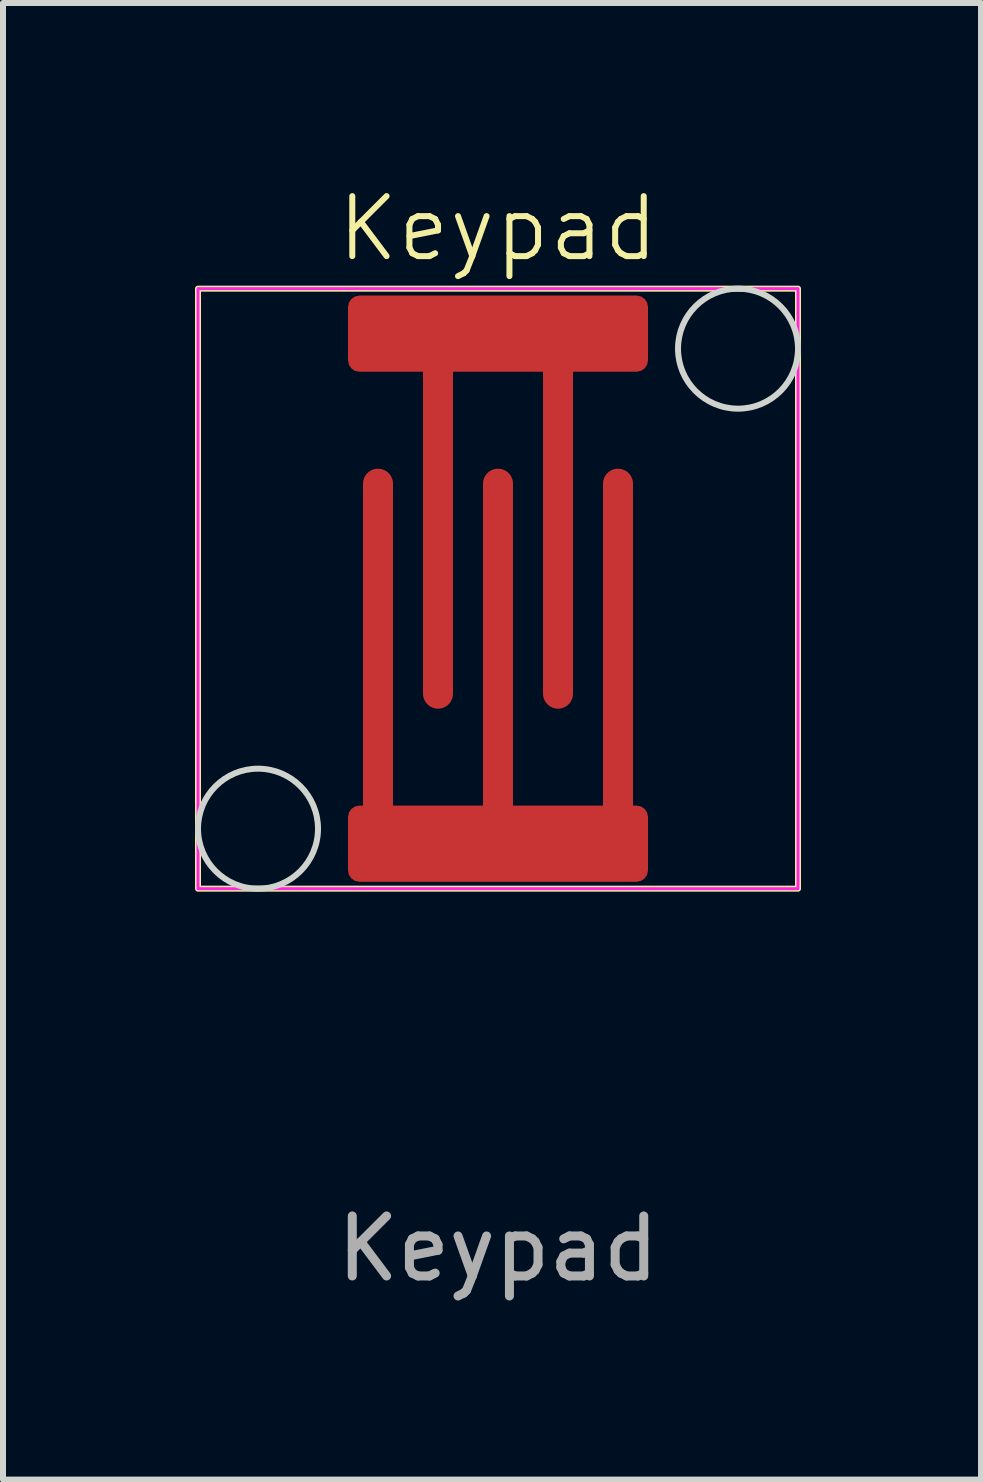
<source format=kicad_pcb>
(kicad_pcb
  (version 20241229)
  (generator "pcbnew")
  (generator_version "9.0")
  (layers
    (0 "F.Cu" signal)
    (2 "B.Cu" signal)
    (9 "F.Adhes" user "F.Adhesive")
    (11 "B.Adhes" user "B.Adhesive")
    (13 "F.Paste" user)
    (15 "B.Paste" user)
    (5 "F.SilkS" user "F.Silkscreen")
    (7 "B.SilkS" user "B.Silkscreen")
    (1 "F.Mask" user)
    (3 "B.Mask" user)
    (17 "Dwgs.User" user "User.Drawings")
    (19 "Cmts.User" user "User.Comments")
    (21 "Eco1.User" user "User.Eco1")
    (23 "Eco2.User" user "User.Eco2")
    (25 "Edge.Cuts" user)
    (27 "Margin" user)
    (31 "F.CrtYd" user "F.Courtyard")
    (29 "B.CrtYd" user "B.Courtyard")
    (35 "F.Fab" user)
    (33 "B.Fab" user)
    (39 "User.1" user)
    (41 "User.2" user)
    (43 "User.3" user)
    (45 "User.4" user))
  (footprint "Keypad"
    (layer "F.Cu")
    (at 0.25 11.761)
    (property "Reference" "Keypad" (at 5 -11 0) (unlocked yes) (layer "F.SilkS") (effects (font (size 1 1) (thickness 0.1))))
    (attr smd)
    (fp_line (start 3 -0.75) (end 3 -6.75) (stroke (width 0.5) (type solid)) (layer "F.Cu"))
    (fp_line (start 4 -3.25) (end 4 -9.529) (stroke (width 0.5) (type solid)) (layer "F.Cu"))
    (fp_line (start 5 -1.385) (end 5 -6.75) (stroke (width 0.5) (type solid)) (layer "F.Cu"))
    (fp_line (start 6 -3.25) (end 6 -9.5) (stroke (width 0.5) (type solid)) (layer "F.Cu"))
    (fp_line (start 7 -0.75) (end 7 -6.75) (stroke (width 0.5) (type solid)) (layer "F.Cu"))
    (fp_circle (center 5 -5) (end 9 -5) (stroke (width 0.1) (type solid)) (fill yes) (layer "F.Mask"))
    (fp_rect (start 0 -10) (end 10 0) (stroke (width 0.1) (type default)) (fill no) (layer "F.SilkS"))
    (fp_circle (center 1 -1) (end 0 -1) (stroke (width 0.1) (type solid)) (fill no) (layer "Edge.Cuts"))
    (fp_circle (center 9 -9) (end 10 -9) (stroke (width 0.1) (type solid)) (fill no) (layer "Edge.Cuts"))
    (fp_rect (start 0 -10) (end 10 0) (stroke (width 0.05) (type solid)) (fill no) (layer "F.CrtYd"))
    (fp_circle (center 5 -5) (end 7 -5) (stroke (width 0.1) (type solid)) (fill no) (layer "User.1"))
    (fp_text user "${REFERENCE}" (at 5 6 0) (unlocked yes) (layer "F.Fab") (effects (font (size 1 1) (thickness 0.15))))
    (pad "1" smd roundrect (at 5 -9.25) (size 5 1.27) (layers "F.Cu") (roundrect_rratio 0.15))
    (pad "2" smd roundrect (at 5 -0.75) (size 5 1.27) (layers "F.Cu") (roundrect_rratio 0.15)))
  (gr_rect
    (start -3 -3)
    (end 13.3 21.609)
    (stroke (width 0.1) (type default))
    (fill no)
    (layer "Edge.Cuts")))
</source>
